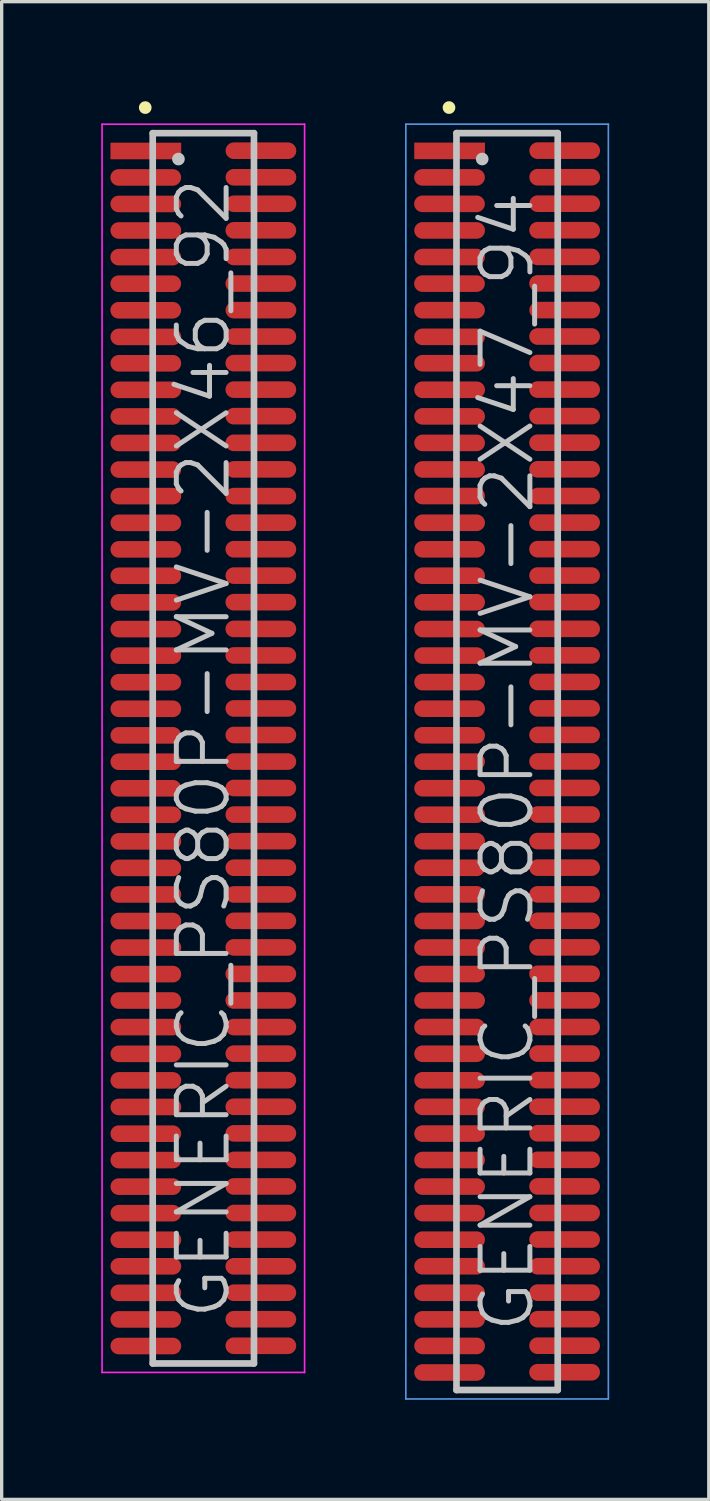
<source format=kicad_pcb>
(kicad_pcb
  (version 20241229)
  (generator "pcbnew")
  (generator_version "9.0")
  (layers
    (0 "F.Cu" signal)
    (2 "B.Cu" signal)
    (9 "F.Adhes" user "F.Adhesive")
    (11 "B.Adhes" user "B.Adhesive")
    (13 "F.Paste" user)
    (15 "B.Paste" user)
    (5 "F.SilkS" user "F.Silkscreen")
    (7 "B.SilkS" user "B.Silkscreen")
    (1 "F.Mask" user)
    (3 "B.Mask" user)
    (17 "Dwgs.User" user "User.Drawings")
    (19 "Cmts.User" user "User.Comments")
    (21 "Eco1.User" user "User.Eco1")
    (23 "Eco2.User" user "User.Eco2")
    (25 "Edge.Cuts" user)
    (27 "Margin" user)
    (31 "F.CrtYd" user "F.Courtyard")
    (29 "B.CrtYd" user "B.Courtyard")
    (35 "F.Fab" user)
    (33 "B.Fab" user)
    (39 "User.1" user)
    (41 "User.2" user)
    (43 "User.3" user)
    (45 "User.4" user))
  (footprint "GENERIC_PS80P-MV-2X47_94"
    (layer "F.Cu")
    (at 12.225 19.89)
    (property "Reference" "GENERIC_PS80P-MV-2X47_94" (at 0 0 90) (layer "Dwgs.User") (effects (font (size 1.5 1.5) (thickness 0.15))))
    (attr smd)
    (fp_line (start -1.75 -19.7) (end -1.75 -19.7) (stroke (width 0.381) (type solid)) (layer "F.SilkS"))
    (fp_line (start -1.525 -18.93) (end -1.525 18.93) (stroke (width 0.2) (type solid)) (layer "Dwgs.User"))
    (fp_line (start -1.525 -18.93) (end 1.525 -18.93) (stroke (width 0.2) (type solid)) (layer "Dwgs.User"))
    (fp_line (start -1.525 18.93) (end 1.525 18.93) (stroke (width 0.2) (type solid)) (layer "Dwgs.User"))
    (fp_line (start -0.75 -18.15) (end -0.75 -18.15) (stroke (width 0.381) (type solid)) (layer "Dwgs.User"))
    (fp_line (start 1.525 -18.93) (end 1.525 18.93) (stroke (width 0.2) (type solid)) (layer "Dwgs.User"))
    (fp_line (start -3.05 -19.2) (end -3.05 19.2) (stroke (width 0.05) (type solid)) (layer "Cmts.User"))
    (fp_line (start -3.05 -19.2) (end 3.05 -19.2) (stroke (width 0.05) (type solid)) (layer "Cmts.User"))
    (fp_line (start -3.05 19.2) (end 3.05 19.2) (stroke (width 0.05) (type solid)) (layer "Cmts.User"))
    (fp_line (start 3.05 -19.2) (end 3.05 19.2) (stroke (width 0.05) (type solid)) (layer "Cmts.User"))
    (pad "1" smd rect (at -1.732 -18.395 270) (size 0.5 2.13) (layers "F.Cu" "F.Mask" "F.Paste"))
    (pad "2" smd oval (at 1.735 -18.402 270) (size 0.5 2.13) (layers "F.Cu" "F.Mask" "F.Paste"))
    (pad "3" smd oval (at -1.735 -17.597 270) (size 0.5 2.13) (layers "F.Cu" "F.Mask" "F.Paste"))
    (pad "4" smd oval (at 1.735 -17.602 270) (size 0.5 2.13) (layers "F.Cu" "F.Mask" "F.Paste"))
    (pad "5" smd oval (at -1.735 -16.8 270) (size 0.5 2.13) (layers "F.Cu" "F.Mask" "F.Paste"))
    (pad "6" smd oval (at 1.735 -16.805 270) (size 0.5 2.13) (layers "F.Cu" "F.Mask" "F.Paste"))
    (pad "7" smd oval (at -1.732 -15.999 270) (size 0.5 2.13) (layers "F.Cu" "F.Mask" "F.Paste"))
    (pad "8" smd oval (at 1.732 -16.005 270) (size 0.5 2.13) (layers "F.Cu" "F.Mask" "F.Paste"))
    (pad "9" smd oval (at -1.735 -15.197 270) (size 0.5 2.13) (layers "F.Cu" "F.Mask" "F.Paste"))
    (pad "10" smd oval (at 1.732 -15.202 270) (size 0.5 2.13) (layers "F.Cu" "F.Mask" "F.Paste"))
    (pad "11" smd oval (at -1.735 -14.397 270) (size 0.5 2.13) (layers "F.Cu" "F.Mask" "F.Paste"))
    (pad "12" smd oval (at 1.732 -14.402 270) (size 0.5 2.13) (layers "F.Cu" "F.Mask" "F.Paste"))
    (pad "13" smd oval (at -1.735 -13.597 270) (size 0.5 2.13) (layers "F.Cu" "F.Mask" "F.Paste"))
    (pad "14" smd oval (at 1.735 -13.599 270) (size 0.5 2.13) (layers "F.Cu" "F.Mask" "F.Paste"))
    (pad "15" smd oval (at -1.732 -12.794 270) (size 0.5 2.13) (layers "F.Cu" "F.Mask" "F.Paste"))
    (pad "16" smd oval (at 1.732 -12.804 270) (size 0.5 2.13) (layers "F.Cu" "F.Mask" "F.Paste"))
    (pad "17" smd oval (at -1.732 -11.999 270) (size 0.5 2.13) (layers "F.Cu" "F.Mask" "F.Paste"))
    (pad "18" smd oval (at 1.732 -12.004 270) (size 0.5 2.13) (layers "F.Cu" "F.Mask" "F.Paste"))
    (pad "19" smd oval (at -1.732 -11.199 270) (size 0.5 2.13) (layers "F.Cu" "F.Mask" "F.Paste"))
    (pad "20" smd oval (at 1.732 -11.206 270) (size 0.5 2.13) (layers "F.Cu" "F.Mask" "F.Paste"))
    (pad "21" smd oval (at -1.732 -10.399 270) (size 0.5 2.13) (layers "F.Cu" "F.Mask" "F.Paste"))
    (pad "22" smd oval (at 1.732 -10.406 270) (size 0.5 2.13) (layers "F.Cu" "F.Mask" "F.Paste"))
    (pad "23" smd oval (at -1.732 -9.599 270) (size 0.5 2.13) (layers "F.Cu" "F.Mask" "F.Paste"))
    (pad "24" smd oval (at 1.732 -9.604 270) (size 0.5 2.13) (layers "F.Cu" "F.Mask" "F.Paste"))
    (pad "25" smd oval (at -1.732 -8.799 270) (size 0.5 2.13) (layers "F.Cu" "F.Mask" "F.Paste"))
    (pad "26" smd oval (at 1.732 -8.804 270) (size 0.5 2.13) (layers "F.Cu" "F.Mask" "F.Paste"))
    (pad "27" smd oval (at -1.732 -7.998 270) (size 0.5 2.13) (layers "F.Cu" "F.Mask" "F.Paste"))
    (pad "28" smd oval (at 1.732 -7.998 270) (size 0.5 2.13) (layers "F.Cu" "F.Mask" "F.Paste"))
    (pad "29" smd oval (at -1.732 -7.193 270) (size 0.5 2.13) (layers "F.Cu" "F.Mask" "F.Paste"))
    (pad "30" smd oval (at 1.732 -7.198 270) (size 0.5 2.13) (layers "F.Cu" "F.Mask" "F.Paste"))
    (pad "31" smd oval (at -1.732 -6.393 270) (size 0.5 2.13) (layers "F.Cu" "F.Mask" "F.Paste"))
    (pad "32" smd oval (at 1.732 -6.398 270) (size 0.5 2.13) (layers "F.Cu" "F.Mask" "F.Paste"))
    (pad "33" smd oval (at -1.732 -5.598 270) (size 0.5 2.13) (layers "F.Cu" "F.Mask" "F.Paste"))
    (pad "34" smd oval (at 1.732 -5.603 270) (size 0.5 2.13) (layers "F.Cu" "F.Mask" "F.Paste"))
    (pad "35" smd oval (at -1.732 -4.798 270) (size 0.5 2.13) (layers "F.Cu" "F.Mask" "F.Paste"))
    (pad "36" smd oval (at 1.732 -4.803 270) (size 0.5 2.13) (layers "F.Cu" "F.Mask" "F.Paste"))
    (pad "37" smd oval (at -1.732 -3.993 270) (size 0.5 2.13) (layers "F.Cu" "F.Mask" "F.Paste"))
    (pad "38" smd oval (at 1.732 -3.998 270) (size 0.5 2.13) (layers "F.Cu" "F.Mask" "F.Paste"))
    (pad "39" smd oval (at -1.732 -3.193 270) (size 0.5 2.13) (layers "F.Cu" "F.Mask" "F.Paste"))
    (pad "40" smd oval (at 1.732 -3.198 270) (size 0.5 2.13) (layers "F.Cu" "F.Mask" "F.Paste"))
    (pad "41" smd oval (at -1.732 -2.393 270) (size 0.5 2.13) (layers "F.Cu" "F.Mask" "F.Paste"))
    (pad "42" smd oval (at 1.732 -2.398 270) (size 0.5 2.13) (layers "F.Cu" "F.Mask" "F.Paste"))
    (pad "43" smd oval (at -1.732 -1.593 270) (size 0.5 2.13) (layers "F.Cu" "F.Mask" "F.Paste"))
    (pad "44" smd oval (at 1.732 -1.603 270) (size 0.5 2.13) (layers "F.Cu" "F.Mask" "F.Paste"))
    (pad "45" smd oval (at -1.732 -0.792 270) (size 0.5 2.13) (layers "F.Cu" "F.Mask" "F.Paste"))
    (pad "46" smd oval (at 1.732 -0.803 270) (size 0.5 2.13) (layers "F.Cu" "F.Mask" "F.Paste"))
    (pad "47" smd oval (at -1.732 0.003 270) (size 0.5 2.13) (layers "F.Cu" "F.Mask" "F.Paste"))
    (pad "48" smd oval (at 1.732 -0.003 270) (size 0.5 2.13) (layers "F.Cu" "F.Mask" "F.Paste"))
    (pad "49" smd oval (at -1.732 0.803 270) (size 0.5 2.13) (layers "F.Cu" "F.Mask" "F.Paste"))
    (pad "50" smd oval (at 1.732 0.795 270) (size 0.5 2.13) (layers "F.Cu" "F.Mask" "F.Paste"))
    (pad "51" smd oval (at -1.732 1.6 270) (size 0.5 2.13) (layers "F.Cu" "F.Mask" "F.Paste"))
    (pad "52" smd oval (at 1.732 1.595 270) (size 0.5 2.13) (layers "F.Cu" "F.Mask" "F.Paste"))
    (pad "53" smd oval (at -1.732 2.4 270) (size 0.5 2.13) (layers "F.Cu" "F.Mask" "F.Paste"))
    (pad "54" smd oval (at 1.732 2.395 270) (size 0.5 2.13) (layers "F.Cu" "F.Mask" "F.Paste"))
    (pad "55" smd oval (at -1.732 3.2 270) (size 0.5 2.13) (layers "F.Cu" "F.Mask" "F.Paste"))
    (pad "56" smd oval (at 1.732 3.195 270) (size 0.5 2.13) (layers "F.Cu" "F.Mask" "F.Paste"))
    (pad "57" smd oval (at -1.732 4 270) (size 0.5 2.13) (layers "F.Cu" "F.Mask" "F.Paste"))
    (pad "58" smd oval (at 1.732 4 270) (size 0.5 2.13) (layers "F.Cu" "F.Mask" "F.Paste"))
    (pad "59" smd oval (at -1.732 4.801 270) (size 0.5 2.13) (layers "F.Cu" "F.Mask" "F.Paste"))
    (pad "60" smd oval (at 1.732 4.796 270) (size 0.5 2.13) (layers "F.Cu" "F.Mask" "F.Paste"))
    (pad "61" smd oval (at -1.732 5.601 270) (size 0.5 2.13) (layers "F.Cu" "F.Mask" "F.Paste"))
    (pad "62" smd oval (at 1.732 5.596 270) (size 0.5 2.13) (layers "F.Cu" "F.Mask" "F.Paste"))
    (pad "63" smd oval (at -1.732 6.401 270) (size 0.5 2.13) (layers "F.Cu" "F.Mask" "F.Paste"))
    (pad "64" smd oval (at 1.732 6.393 270) (size 0.5 2.13) (layers "F.Cu" "F.Mask" "F.Paste"))
    (pad "65" smd oval (at -1.732 7.196 270) (size 0.5 2.13) (layers "F.Cu" "F.Mask" "F.Paste"))
    (pad "66" smd oval (at 1.732 7.193 270) (size 0.5 2.13) (layers "F.Cu" "F.Mask" "F.Paste"))
    (pad "67" smd oval (at -1.732 7.996 270) (size 0.5 2.13) (layers "F.Cu" "F.Mask" "F.Paste"))
    (pad "68" smd oval (at 1.732 7.996 270) (size 0.5 2.13) (layers "F.Cu" "F.Mask" "F.Paste"))
    (pad "69" smd oval (at -1.732 8.801 270) (size 0.5 2.13) (layers "F.Cu" "F.Mask" "F.Paste"))
    (pad "70" smd oval (at 1.732 8.796 270) (size 0.5 2.13) (layers "F.Cu" "F.Mask" "F.Paste"))
    (pad "71" smd oval (at -1.732 9.601 270) (size 0.5 2.13) (layers "F.Cu" "F.Mask" "F.Paste"))
    (pad "72" smd oval (at 1.732 9.596 270) (size 0.5 2.13) (layers "F.Cu" "F.Mask" "F.Paste"))
    (pad "73" smd oval (at -1.732 10.401 270) (size 0.5 2.13) (layers "F.Cu" "F.Mask" "F.Paste"))
    (pad "74" smd oval (at 1.732 10.396 270) (size 0.5 2.13) (layers "F.Cu" "F.Mask" "F.Paste"))
    (pad "75" smd oval (at -1.732 11.206 270) (size 0.5 2.13) (layers "F.Cu" "F.Mask" "F.Paste"))
    (pad "76" smd oval (at 1.732 11.196 270) (size 0.5 2.13) (layers "F.Cu" "F.Mask" "F.Paste"))
    (pad "77" smd oval (at -1.732 12.002 270) (size 0.5 2.13) (layers "F.Cu" "F.Mask" "F.Paste"))
    (pad "78" smd oval (at 1.732 11.996 270) (size 0.5 2.13) (layers "F.Cu" "F.Mask" "F.Paste"))
    (pad "79" smd oval (at -1.732 12.802 270) (size 0.5 2.13) (layers "F.Cu" "F.Mask" "F.Paste"))
    (pad "80" smd oval (at 1.732 12.797 270) (size 0.5 2.13) (layers "F.Cu" "F.Mask" "F.Paste"))
    (pad "81" smd oval (at -1.732 13.602 270) (size 0.5 2.13) (layers "F.Cu" "F.Mask" "F.Paste"))
    (pad "82" smd oval (at 1.732 13.597 270) (size 0.5 2.13) (layers "F.Cu" "F.Mask" "F.Paste"))
    (pad "83" smd oval (at -1.732 14.402 270) (size 0.5 2.13) (layers "F.Cu" "F.Mask" "F.Paste"))
    (pad "84" smd oval (at 1.732 14.397 270) (size 0.5 2.13) (layers "F.Cu" "F.Mask" "F.Paste"))
    (pad "85" smd oval (at -1.732 15.202 270) (size 0.5 2.13) (layers "F.Cu" "F.Mask" "F.Paste"))
    (pad "86" smd oval (at 1.732 15.202 270) (size 0.5 2.13) (layers "F.Cu" "F.Mask" "F.Paste"))
    (pad "87" smd oval (at -1.732 16.002 270) (size 0.5 2.13) (layers "F.Cu" "F.Mask" "F.Paste"))
    (pad "88" smd oval (at 1.732 15.997 270) (size 0.5 2.13) (layers "F.Cu" "F.Mask" "F.Paste"))
    (pad "89" smd oval (at -1.732 16.802 270) (size 0.5 2.13) (layers "F.Cu" "F.Mask" "F.Paste"))
    (pad "90" smd oval (at 1.732 16.797 270) (size 0.5 2.13) (layers "F.Cu" "F.Mask" "F.Paste"))
    (pad "91" smd oval (at -1.732 17.602 270) (size 0.5 2.13) (layers "F.Cu" "F.Mask" "F.Paste"))
    (pad "92" smd oval (at 1.732 17.595 270) (size 0.5 2.13) (layers "F.Cu" "F.Mask" "F.Paste"))
    (pad "93" smd oval (at -1.732 18.402 270) (size 0.5 2.13) (layers "F.Cu" "F.Mask" "F.Paste"))
    (pad "94" smd oval (at 1.732 18.395 270) (size 0.5 2.13) (layers "F.Cu" "F.Mask" "F.Paste")))
  (footprint "GENERIC_PS80P-MV-2X46_92"
    (layer "F.Cu")
    (at 3.075 19.491)
    (property "Reference" "GENERIC_PS80P-MV-2X46_92" (at 0 0 90) (layer "Dwgs.User") (effects (font (size 1.5 1.5) (thickness 0.15))))
    (attr smd)
    (fp_line (start -1.75 -19.3) (end -1.75 -19.3) (stroke (width 0.381) (type solid)) (layer "F.SilkS"))
    (fp_line (start -1.525 -18.53) (end -1.525 18.53) (stroke (width 0.2) (type solid)) (layer "Dwgs.User"))
    (fp_line (start -1.525 -18.53) (end 1.525 -18.53) (stroke (width 0.2) (type solid)) (layer "Dwgs.User"))
    (fp_line (start -1.525 18.53) (end 1.525 18.53) (stroke (width 0.2) (type solid)) (layer "Dwgs.User"))
    (fp_line (start -0.75 -17.75) (end -0.75 -17.75) (stroke (width 0.381) (type solid)) (layer "Dwgs.User"))
    (fp_line (start 1.525 -18.53) (end 1.525 18.53) (stroke (width 0.2) (type solid)) (layer "Dwgs.User"))
    (fp_line (start -3.05 -18.8) (end -3.05 18.8) (stroke (width 0.05) (type solid)) (layer "F.CrtYd"))
    (fp_line (start -3.05 -18.8) (end 3.05 -18.8) (stroke (width 0.05) (type solid)) (layer "F.CrtYd"))
    (fp_line (start -3.05 18.8) (end 3.05 18.8) (stroke (width 0.05) (type solid)) (layer "F.CrtYd"))
    (fp_line (start 3.05 -18.8) (end 3.05 18.8) (stroke (width 0.05) (type solid)) (layer "F.CrtYd"))
    (pad "1" smd rect (at -1.732 -17.993 270) (size 0.5 2.13) (layers "F.Cu" "F.Mask" "F.Paste"))
    (pad "2" smd oval (at 1.735 -18.001 270) (size 0.5 2.13) (layers "F.Cu" "F.Mask" "F.Paste"))
    (pad "3" smd oval (at -1.735 -17.196 270) (size 0.5 2.13) (layers "F.Cu" "F.Mask" "F.Paste"))
    (pad "4" smd oval (at 1.735 -17.201 270) (size 0.5 2.13) (layers "F.Cu" "F.Mask" "F.Paste"))
    (pad "5" smd oval (at -1.735 -16.398 270) (size 0.5 2.13) (layers "F.Cu" "F.Mask" "F.Paste"))
    (pad "6" smd oval (at 1.735 -16.403 270) (size 0.5 2.13) (layers "F.Cu" "F.Mask" "F.Paste"))
    (pad "7" smd oval (at -1.732 -15.598 270) (size 0.5 2.13) (layers "F.Cu" "F.Mask" "F.Paste"))
    (pad "8" smd oval (at 1.732 -15.603 270) (size 0.5 2.13) (layers "F.Cu" "F.Mask" "F.Paste"))
    (pad "9" smd oval (at -1.735 -14.796 270) (size 0.5 2.13) (layers "F.Cu" "F.Mask" "F.Paste"))
    (pad "10" smd oval (at 1.732 -14.801 270) (size 0.5 2.13) (layers "F.Cu" "F.Mask" "F.Paste"))
    (pad "11" smd oval (at -1.735 -13.995 270) (size 0.5 2.13) (layers "F.Cu" "F.Mask" "F.Paste"))
    (pad "12" smd oval (at 1.732 -14 270) (size 0.5 2.13) (layers "F.Cu" "F.Mask" "F.Paste"))
    (pad "13" smd oval (at -1.735 -13.195 270) (size 0.5 2.13) (layers "F.Cu" "F.Mask" "F.Paste"))
    (pad "14" smd oval (at 1.735 -13.198 270) (size 0.5 2.13) (layers "F.Cu" "F.Mask" "F.Paste"))
    (pad "15" smd oval (at -1.732 -12.393 270) (size 0.5 2.13) (layers "F.Cu" "F.Mask" "F.Paste"))
    (pad "16" smd oval (at 1.732 -12.403 270) (size 0.5 2.13) (layers "F.Cu" "F.Mask" "F.Paste"))
    (pad "17" smd oval (at -1.732 -11.598 270) (size 0.5 2.13) (layers "F.Cu" "F.Mask" "F.Paste"))
    (pad "18" smd oval (at 1.732 -11.603 270) (size 0.5 2.13) (layers "F.Cu" "F.Mask" "F.Paste"))
    (pad "19" smd oval (at -1.732 -10.798 270) (size 0.5 2.13) (layers "F.Cu" "F.Mask" "F.Paste"))
    (pad "20" smd oval (at 1.732 -10.805 270) (size 0.5 2.13) (layers "F.Cu" "F.Mask" "F.Paste"))
    (pad "21" smd oval (at -1.732 -9.997 270) (size 0.5 2.13) (layers "F.Cu" "F.Mask" "F.Paste"))
    (pad "22" smd oval (at 1.732 -10.005 270) (size 0.5 2.13) (layers "F.Cu" "F.Mask" "F.Paste"))
    (pad "23" smd oval (at -1.732 -9.197 270) (size 0.5 2.13) (layers "F.Cu" "F.Mask" "F.Paste"))
    (pad "24" smd oval (at 1.732 -9.202 270) (size 0.5 2.13) (layers "F.Cu" "F.Mask" "F.Paste"))
    (pad "25" smd oval (at -1.732 -8.397 270) (size 0.5 2.13) (layers "F.Cu" "F.Mask" "F.Paste"))
    (pad "26" smd oval (at 1.732 -8.402 270) (size 0.5 2.13) (layers "F.Cu" "F.Mask" "F.Paste"))
    (pad "27" smd oval (at -1.732 -7.597 270) (size 0.5 2.13) (layers "F.Cu" "F.Mask" "F.Paste"))
    (pad "28" smd oval (at 1.732 -7.597 270) (size 0.5 2.13) (layers "F.Cu" "F.Mask" "F.Paste"))
    (pad "29" smd oval (at -1.732 -6.792 270) (size 0.5 2.13) (layers "F.Cu" "F.Mask" "F.Paste"))
    (pad "30" smd oval (at 1.732 -6.797 270) (size 0.5 2.13) (layers "F.Cu" "F.Mask" "F.Paste"))
    (pad "31" smd oval (at -1.732 -5.992 270) (size 0.5 2.13) (layers "F.Cu" "F.Mask" "F.Paste"))
    (pad "32" smd oval (at 1.732 -5.997 270) (size 0.5 2.13) (layers "F.Cu" "F.Mask" "F.Paste"))
    (pad "33" smd oval (at -1.732 -5.197 270) (size 0.5 2.13) (layers "F.Cu" "F.Mask" "F.Paste"))
    (pad "34" smd oval (at 1.732 -5.202 270) (size 0.5 2.13) (layers "F.Cu" "F.Mask" "F.Paste"))
    (pad "35" smd oval (at -1.732 -4.397 270) (size 0.5 2.13) (layers "F.Cu" "F.Mask" "F.Paste"))
    (pad "36" smd oval (at 1.732 -4.402 270) (size 0.5 2.13) (layers "F.Cu" "F.Mask" "F.Paste"))
    (pad "37" smd oval (at -1.732 -3.592 270) (size 0.5 2.13) (layers "F.Cu" "F.Mask" "F.Paste"))
    (pad "38" smd oval (at 1.732 -3.597 270) (size 0.5 2.13) (layers "F.Cu" "F.Mask" "F.Paste"))
    (pad "39" smd oval (at -1.732 -2.791 270) (size 0.5 2.13) (layers "F.Cu" "F.Mask" "F.Paste"))
    (pad "40" smd oval (at 1.732 -2.797 270) (size 0.5 2.13) (layers "F.Cu" "F.Mask" "F.Paste"))
    (pad "41" smd oval (at -1.732 -1.991 270) (size 0.5 2.13) (layers "F.Cu" "F.Mask" "F.Paste"))
    (pad "42" smd oval (at 1.732 -1.996 270) (size 0.5 2.13) (layers "F.Cu" "F.Mask" "F.Paste"))
    (pad "43" smd oval (at -1.732 -1.191 270) (size 0.5 2.13) (layers "F.Cu" "F.Mask" "F.Paste"))
    (pad "44" smd oval (at 1.732 -1.201 270) (size 0.5 2.13) (layers "F.Cu" "F.Mask" "F.Paste"))
    (pad "45" smd oval (at -1.732 -0.391 270) (size 0.5 2.13) (layers "F.Cu" "F.Mask" "F.Paste"))
    (pad "46" smd oval (at 1.732 -0.401 270) (size 0.5 2.13) (layers "F.Cu" "F.Mask" "F.Paste"))
    (pad "47" smd oval (at -1.732 0.404 270) (size 0.5 2.13) (layers "F.Cu" "F.Mask" "F.Paste"))
    (pad "48" smd oval (at 1.732 0.399 270) (size 0.5 2.13) (layers "F.Cu" "F.Mask" "F.Paste"))
    (pad "49" smd oval (at -1.732 1.204 270) (size 0.5 2.13) (layers "F.Cu" "F.Mask" "F.Paste"))
    (pad "50" smd oval (at 1.732 1.196 270) (size 0.5 2.13) (layers "F.Cu" "F.Mask" "F.Paste"))
    (pad "51" smd oval (at -1.732 2.002 270) (size 0.5 2.13) (layers "F.Cu" "F.Mask" "F.Paste"))
    (pad "52" smd oval (at 1.732 1.996 270) (size 0.5 2.13) (layers "F.Cu" "F.Mask" "F.Paste"))
    (pad "53" smd oval (at -1.732 2.802 270) (size 0.5 2.13) (layers "F.Cu" "F.Mask" "F.Paste"))
    (pad "54" smd oval (at 1.732 2.797 270) (size 0.5 2.13) (layers "F.Cu" "F.Mask" "F.Paste"))
    (pad "55" smd oval (at -1.732 3.602 270) (size 0.5 2.13) (layers "F.Cu" "F.Mask" "F.Paste"))
    (pad "56" smd oval (at 1.732 3.597 270) (size 0.5 2.13) (layers "F.Cu" "F.Mask" "F.Paste"))
    (pad "57" smd oval (at -1.732 4.402 270) (size 0.5 2.13) (layers "F.Cu" "F.Mask" "F.Paste"))
    (pad "58" smd oval (at 1.732 4.402 270) (size 0.5 2.13) (layers "F.Cu" "F.Mask" "F.Paste"))
    (pad "59" smd oval (at -1.732 5.202 270) (size 0.5 2.13) (layers "F.Cu" "F.Mask" "F.Paste"))
    (pad "60" smd oval (at 1.732 5.197 270) (size 0.5 2.13) (layers "F.Cu" "F.Mask" "F.Paste"))
    (pad "61" smd oval (at -1.732 6.002 270) (size 0.5 2.13) (layers "F.Cu" "F.Mask" "F.Paste"))
    (pad "62" smd oval (at 1.732 5.997 270) (size 0.5 2.13) (layers "F.Cu" "F.Mask" "F.Paste"))
    (pad "63" smd oval (at -1.732 6.802 270) (size 0.5 2.13) (layers "F.Cu" "F.Mask" "F.Paste"))
    (pad "64" smd oval (at 1.732 6.795 270) (size 0.5 2.13) (layers "F.Cu" "F.Mask" "F.Paste"))
    (pad "65" smd oval (at -1.732 7.597 270) (size 0.5 2.13) (layers "F.Cu" "F.Mask" "F.Paste"))
    (pad "66" smd oval (at 1.732 7.595 270) (size 0.5 2.13) (layers "F.Cu" "F.Mask" "F.Paste"))
    (pad "67" smd oval (at -1.732 8.397 270) (size 0.5 2.13) (layers "F.Cu" "F.Mask" "F.Paste"))
    (pad "68" smd oval (at 1.732 8.397 270) (size 0.5 2.13) (layers "F.Cu" "F.Mask" "F.Paste"))
    (pad "69" smd oval (at -1.732 9.202 270) (size 0.5 2.13) (layers "F.Cu" "F.Mask" "F.Paste"))
    (pad "70" smd oval (at 1.732 9.197 270) (size 0.5 2.13) (layers "F.Cu" "F.Mask" "F.Paste"))
    (pad "71" smd oval (at -1.732 10.003 270) (size 0.5 2.13) (layers "F.Cu" "F.Mask" "F.Paste"))
    (pad "72" smd oval (at 1.732 9.997 270) (size 0.5 2.13) (layers "F.Cu" "F.Mask" "F.Paste"))
    (pad "73" smd oval (at -1.732 10.803 270) (size 0.5 2.13) (layers "F.Cu" "F.Mask" "F.Paste"))
    (pad "74" smd oval (at 1.732 10.798 270) (size 0.5 2.13) (layers "F.Cu" "F.Mask" "F.Paste"))
    (pad "75" smd oval (at -1.732 11.608 270) (size 0.5 2.13) (layers "F.Cu" "F.Mask" "F.Paste"))
    (pad "76" smd oval (at 1.732 11.598 270) (size 0.5 2.13) (layers "F.Cu" "F.Mask" "F.Paste"))
    (pad "77" smd oval (at -1.732 12.403 270) (size 0.5 2.13) (layers "F.Cu" "F.Mask" "F.Paste"))
    (pad "78" smd oval (at 1.732 12.398 270) (size 0.5 2.13) (layers "F.Cu" "F.Mask" "F.Paste"))
    (pad "79" smd oval (at -1.732 13.203 270) (size 0.5 2.13) (layers "F.Cu" "F.Mask" "F.Paste"))
    (pad "80" smd oval (at 1.732 13.198 270) (size 0.5 2.13) (layers "F.Cu" "F.Mask" "F.Paste"))
    (pad "81" smd oval (at -1.732 14.003 270) (size 0.5 2.13) (layers "F.Cu" "F.Mask" "F.Paste"))
    (pad "82" smd oval (at 1.732 13.998 270) (size 0.5 2.13) (layers "F.Cu" "F.Mask" "F.Paste"))
    (pad "83" smd oval (at -1.732 14.803 270) (size 0.5 2.13) (layers "F.Cu" "F.Mask" "F.Paste"))
    (pad "84" smd oval (at 1.732 14.798 270) (size 0.5 2.13) (layers "F.Cu" "F.Mask" "F.Paste"))
    (pad "85" smd oval (at -1.732 15.603 270) (size 0.5 2.13) (layers "F.Cu" "F.Mask" "F.Paste"))
    (pad "86" smd oval (at 1.732 15.603 270) (size 0.5 2.13) (layers "F.Cu" "F.Mask" "F.Paste"))
    (pad "87" smd oval (at -1.732 16.403 270) (size 0.5 2.13) (layers "F.Cu" "F.Mask" "F.Paste"))
    (pad "88" smd oval (at 1.732 16.398 270) (size 0.5 2.13) (layers "F.Cu" "F.Mask" "F.Paste"))
    (pad "89" smd oval (at -1.732 17.203 270) (size 0.5 2.13) (layers "F.Cu" "F.Mask" "F.Paste"))
    (pad "90" smd oval (at 1.732 17.198 270) (size 0.5 2.13) (layers "F.Cu" "F.Mask" "F.Paste"))
    (pad "91" smd oval (at -1.732 18.004 270) (size 0.5 2.13) (layers "F.Cu" "F.Mask" "F.Paste"))
    (pad "92" smd oval (at 1.732 17.996 270) (size 0.5 2.13) (layers "F.Cu" "F.Mask" "F.Paste")))
  (gr_rect
    (start -3 -3)
    (end 18.3 42.115)
    (stroke (width 0.1) (type default))
    (fill no)
    (layer "Edge.Cuts")))
</source>
